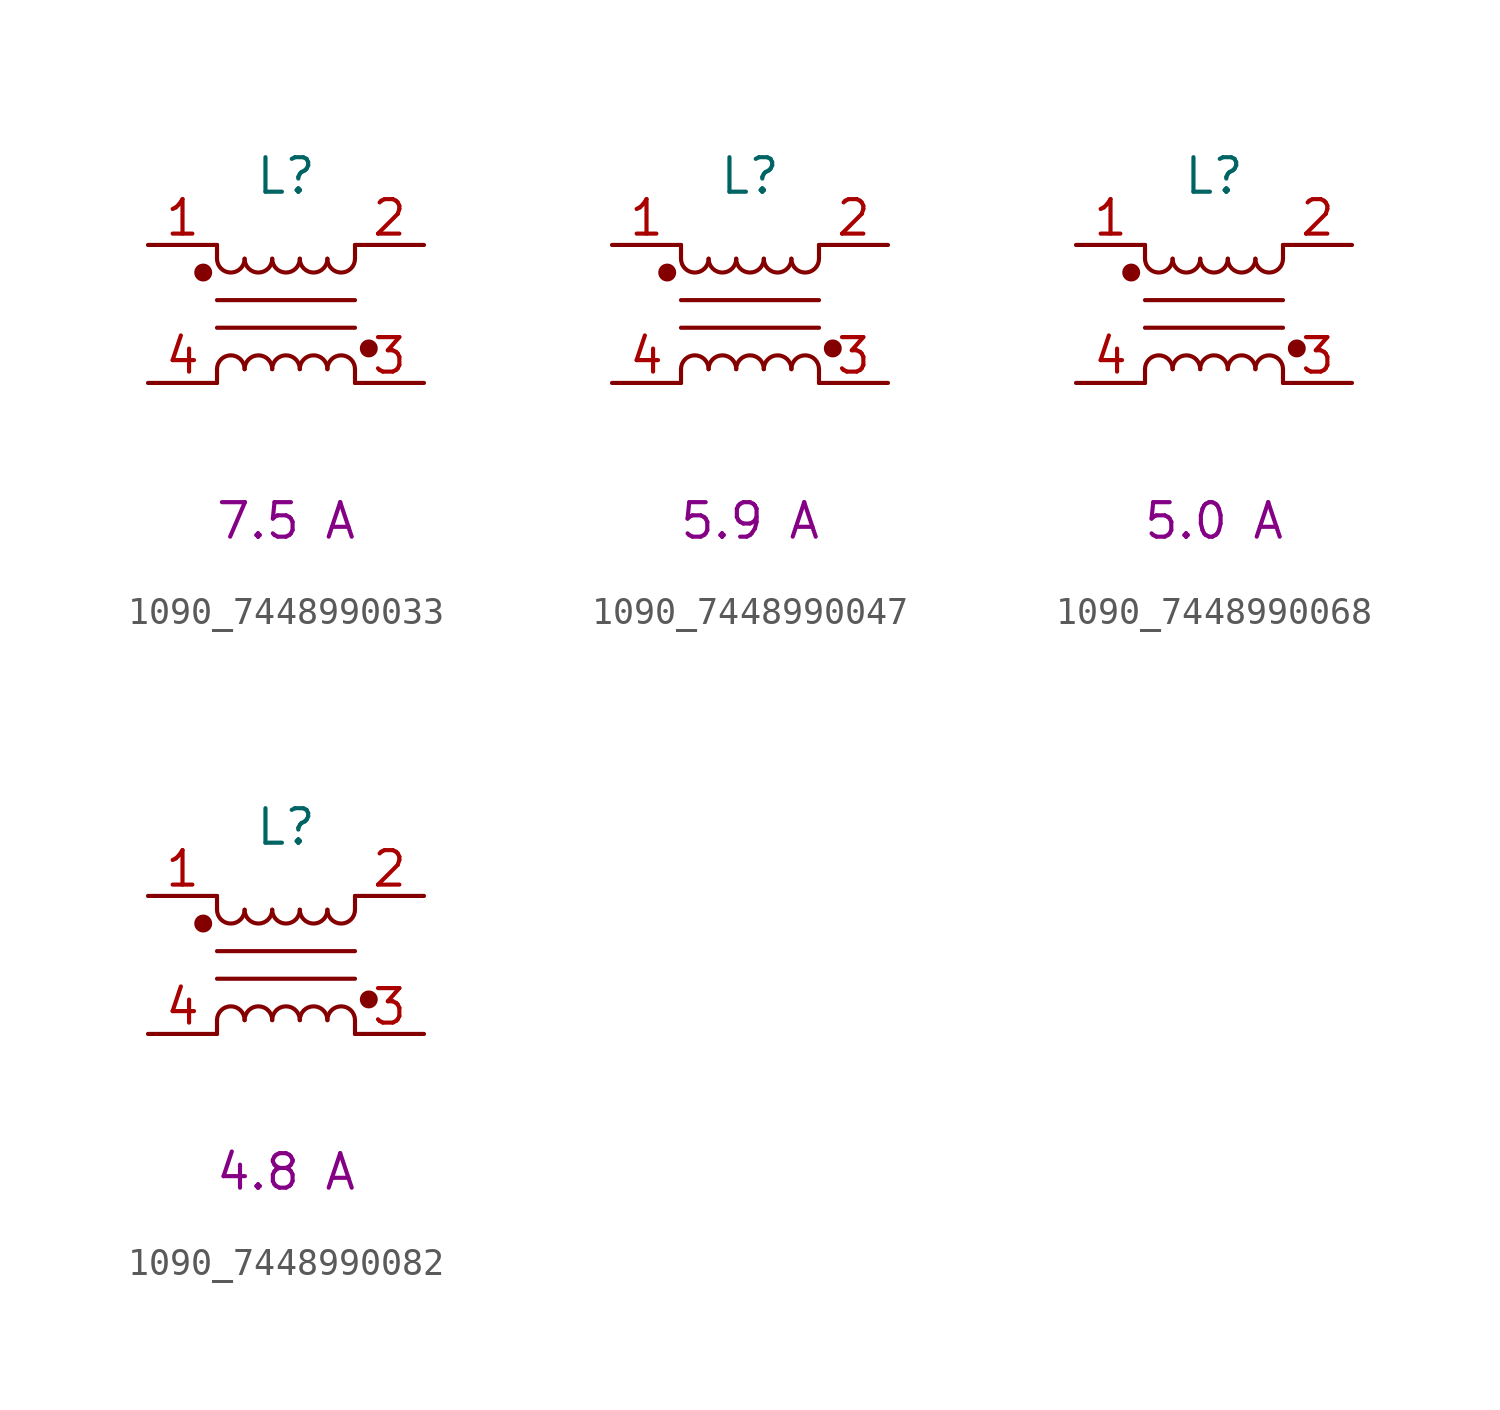
<source format=kicad_sym>
(kicad_symbol_lib
  (version 20220914)
  (generator kicad_symbol_editor)
  (symbol "1090_7448990033"
    (pin_names hide)
    (property "Reference" "L"
      (at 0 5.08 0)
      (effects (font (size 1.27 1.27))))
    (property "Critical Parameter" "7.5 A"
      (at 0 -7.62 0)
      (effects (font (size 1.27 1.27))))
    (symbol "1090_7448990033_0_1"
      (circle (center -3.048 1.524) (radius 0.254) (stroke (width 0) (type default)) (fill (type outline)))
      (arc (start -2.54 2.032) (mid -2.032 1.5262) (end -1.524 2.032) (stroke (width 0) (type default)) (fill (type none)))
      (arc (start -1.524 -2.032) (mid -2.032 -1.5262) (end -2.54 -2.032) (stroke (width 0) (type default)) (fill (type none)))
      (arc (start -1.524 2.032) (mid -1.016 1.5262) (end -0.508 2.032) (stroke (width 0) (type default)) (fill (type none)))
      (arc (start -0.508 -2.032) (mid -1.016 -1.5262) (end -1.524 -2.032) (stroke (width 0) (type default)) (fill (type none)))
      (arc (start -0.508 2.032) (mid 0 1.5262) (end 0.508 2.032) (stroke (width 0) (type default)) (fill (type none)))
      (polyline (pts (xy -2.54 -2.032) (xy -2.54 -2.54)) (stroke (width 0) (type default)) (fill (type none)))
      (polyline (pts (xy -2.54 0.508) (xy 2.54 0.508)) (stroke (width 0) (type default)) (fill (type none)))
      (polyline (pts (xy -2.54 2.032) (xy -2.54 2.54)) (stroke (width 0) (type default)) (fill (type none)))
      (polyline (pts (xy 2.54 -2.032) (xy 2.54 -2.54)) (stroke (width 0) (type default)) (fill (type none)))
      (polyline (pts (xy 2.54 -0.508) (xy -2.54 -0.508)) (stroke (width 0) (type default)) (fill (type none)))
      (polyline (pts (xy 2.54 2.54) (xy 2.54 2.032)) (stroke (width 0) (type default)) (fill (type none)))
      (arc (start 0.508 -2.032) (mid 0 -1.5262) (end -0.508 -2.032) (stroke (width 0) (type default)) (fill (type none)))
      (arc (start 0.508 2.032) (mid 1.016 1.5262) (end 1.524 2.032) (stroke (width 0) (type default)) (fill (type none)))
      (arc (start 1.524 -2.032) (mid 1.016 -1.5262) (end 0.508 -2.032) (stroke (width 0) (type default)) (fill (type none)))
      (arc (start 1.524 2.032) (mid 2.032 1.5262) (end 2.54 2.032) (stroke (width 0) (type default)) (fill (type none)))
      (arc (start 2.54 -2.032) (mid 2.032 -1.5262) (end 1.524 -2.032) (stroke (width 0) (type default)) (fill (type none)))
      (circle (center 3.048 -1.27) (radius 0.254) (stroke (width 0) (type default)) (fill (type outline))))
    (symbol "1090_7448990033_1_1"
      (pin passive line (at -5.08 2.54 0) (length 2.54) (name "1" (effects (font (size 1.27 1.27)))) (number "1" (effects (font (size 1.27 1.27)))))
      (pin passive line (at 5.08 2.54 180) (length 2.54) (name "2" (effects (font (size 1.27 1.27)))) (number "2" (effects (font (size 1.27 1.27)))))
      (pin passive line (at 5.08 -2.54 180) (length 2.54) (name "3" (effects (font (size 1.27 1.27)))) (number "3" (effects (font (size 1.27 1.27)))))
      (pin passive line (at -5.08 -2.54 0) (length 2.54) (name "4" (effects (font (size 1.27 1.27)))) (number "4" (effects (font (size 1.27 1.27)))))))
  (symbol "1090_7448990047"
    (pin_names hide)
    (property "Reference" "L"
      (at 0 5.08 0)
      (effects (font (size 1.27 1.27))))
    (property "Critical Parameter" "5.9 A"
      (at 0 -7.62 0)
      (effects (font (size 1.27 1.27))))
    (symbol "1090_7448990047_0_1"
      (circle (center -3.048 1.524) (radius 0.254) (stroke (width 0) (type default)) (fill (type outline)))
      (arc (start -2.54 2.032) (mid -2.032 1.5262) (end -1.524 2.032) (stroke (width 0) (type default)) (fill (type none)))
      (arc (start -1.524 -2.032) (mid -2.032 -1.5262) (end -2.54 -2.032) (stroke (width 0) (type default)) (fill (type none)))
      (arc (start -1.524 2.032) (mid -1.016 1.5262) (end -0.508 2.032) (stroke (width 0) (type default)) (fill (type none)))
      (arc (start -0.508 -2.032) (mid -1.016 -1.5262) (end -1.524 -2.032) (stroke (width 0) (type default)) (fill (type none)))
      (arc (start -0.508 2.032) (mid 0 1.5262) (end 0.508 2.032) (stroke (width 0) (type default)) (fill (type none)))
      (polyline (pts (xy -2.54 -2.032) (xy -2.54 -2.54)) (stroke (width 0) (type default)) (fill (type none)))
      (polyline (pts (xy -2.54 0.508) (xy 2.54 0.508)) (stroke (width 0) (type default)) (fill (type none)))
      (polyline (pts (xy -2.54 2.032) (xy -2.54 2.54)) (stroke (width 0) (type default)) (fill (type none)))
      (polyline (pts (xy 2.54 -2.032) (xy 2.54 -2.54)) (stroke (width 0) (type default)) (fill (type none)))
      (polyline (pts (xy 2.54 -0.508) (xy -2.54 -0.508)) (stroke (width 0) (type default)) (fill (type none)))
      (polyline (pts (xy 2.54 2.54) (xy 2.54 2.032)) (stroke (width 0) (type default)) (fill (type none)))
      (arc (start 0.508 -2.032) (mid 0 -1.5262) (end -0.508 -2.032) (stroke (width 0) (type default)) (fill (type none)))
      (arc (start 0.508 2.032) (mid 1.016 1.5262) (end 1.524 2.032) (stroke (width 0) (type default)) (fill (type none)))
      (arc (start 1.524 -2.032) (mid 1.016 -1.5262) (end 0.508 -2.032) (stroke (width 0) (type default)) (fill (type none)))
      (arc (start 1.524 2.032) (mid 2.032 1.5262) (end 2.54 2.032) (stroke (width 0) (type default)) (fill (type none)))
      (arc (start 2.54 -2.032) (mid 2.032 -1.5262) (end 1.524 -2.032) (stroke (width 0) (type default)) (fill (type none)))
      (circle (center 3.048 -1.27) (radius 0.254) (stroke (width 0) (type default)) (fill (type outline))))
    (symbol "1090_7448990047_1_1"
      (pin passive line (at -5.08 2.54 0) (length 2.54) (name "1" (effects (font (size 1.27 1.27)))) (number "1" (effects (font (size 1.27 1.27)))))
      (pin passive line (at 5.08 2.54 180) (length 2.54) (name "2" (effects (font (size 1.27 1.27)))) (number "2" (effects (font (size 1.27 1.27)))))
      (pin passive line (at 5.08 -2.54 180) (length 2.54) (name "3" (effects (font (size 1.27 1.27)))) (number "3" (effects (font (size 1.27 1.27)))))
      (pin passive line (at -5.08 -2.54 0) (length 2.54) (name "4" (effects (font (size 1.27 1.27)))) (number "4" (effects (font (size 1.27 1.27)))))))
  (symbol "1090_7448990068"
    (pin_names hide)
    (property "Reference" "L"
      (at 0 5.08 0)
      (effects (font (size 1.27 1.27))))
    (property "Critical Parameter" "5.0 A"
      (at 0 -7.62 0)
      (effects (font (size 1.27 1.27))))
    (symbol "1090_7448990068_0_1"
      (circle (center -3.048 1.524) (radius 0.254) (stroke (width 0) (type default)) (fill (type outline)))
      (arc (start -2.54 2.032) (mid -2.032 1.5262) (end -1.524 2.032) (stroke (width 0) (type default)) (fill (type none)))
      (arc (start -1.524 -2.032) (mid -2.032 -1.5262) (end -2.54 -2.032) (stroke (width 0) (type default)) (fill (type none)))
      (arc (start -1.524 2.032) (mid -1.016 1.5262) (end -0.508 2.032) (stroke (width 0) (type default)) (fill (type none)))
      (arc (start -0.508 -2.032) (mid -1.016 -1.5262) (end -1.524 -2.032) (stroke (width 0) (type default)) (fill (type none)))
      (arc (start -0.508 2.032) (mid 0 1.5262) (end 0.508 2.032) (stroke (width 0) (type default)) (fill (type none)))
      (polyline (pts (xy -2.54 -2.032) (xy -2.54 -2.54)) (stroke (width 0) (type default)) (fill (type none)))
      (polyline (pts (xy -2.54 0.508) (xy 2.54 0.508)) (stroke (width 0) (type default)) (fill (type none)))
      (polyline (pts (xy -2.54 2.032) (xy -2.54 2.54)) (stroke (width 0) (type default)) (fill (type none)))
      (polyline (pts (xy 2.54 -2.032) (xy 2.54 -2.54)) (stroke (width 0) (type default)) (fill (type none)))
      (polyline (pts (xy 2.54 -0.508) (xy -2.54 -0.508)) (stroke (width 0) (type default)) (fill (type none)))
      (polyline (pts (xy 2.54 2.54) (xy 2.54 2.032)) (stroke (width 0) (type default)) (fill (type none)))
      (arc (start 0.508 -2.032) (mid 0 -1.5262) (end -0.508 -2.032) (stroke (width 0) (type default)) (fill (type none)))
      (arc (start 0.508 2.032) (mid 1.016 1.5262) (end 1.524 2.032) (stroke (width 0) (type default)) (fill (type none)))
      (arc (start 1.524 -2.032) (mid 1.016 -1.5262) (end 0.508 -2.032) (stroke (width 0) (type default)) (fill (type none)))
      (arc (start 1.524 2.032) (mid 2.032 1.5262) (end 2.54 2.032) (stroke (width 0) (type default)) (fill (type none)))
      (arc (start 2.54 -2.032) (mid 2.032 -1.5262) (end 1.524 -2.032) (stroke (width 0) (type default)) (fill (type none)))
      (circle (center 3.048 -1.27) (radius 0.254) (stroke (width 0) (type default)) (fill (type outline))))
    (symbol "1090_7448990068_1_1"
      (pin passive line (at -5.08 2.54 0) (length 2.54) (name "1" (effects (font (size 1.27 1.27)))) (number "1" (effects (font (size 1.27 1.27)))))
      (pin passive line (at 5.08 2.54 180) (length 2.54) (name "2" (effects (font (size 1.27 1.27)))) (number "2" (effects (font (size 1.27 1.27)))))
      (pin passive line (at 5.08 -2.54 180) (length 2.54) (name "3" (effects (font (size 1.27 1.27)))) (number "3" (effects (font (size 1.27 1.27)))))
      (pin passive line (at -5.08 -2.54 0) (length 2.54) (name "4" (effects (font (size 1.27 1.27)))) (number "4" (effects (font (size 1.27 1.27)))))))
  (symbol "1090_7448990082"
    (pin_names hide)
    (property "Reference" "L"
      (at 0 5.08 0)
      (effects (font (size 1.27 1.27))))
    (property "Critical Parameter" "4.8 A"
      (at 0 -7.62 0)
      (effects (font (size 1.27 1.27))))
    (symbol "1090_7448990082_0_1"
      (circle (center -3.048 1.524) (radius 0.254) (stroke (width 0) (type default)) (fill (type outline)))
      (arc (start -2.54 2.032) (mid -2.032 1.5262) (end -1.524 2.032) (stroke (width 0) (type default)) (fill (type none)))
      (arc (start -1.524 -2.032) (mid -2.032 -1.5262) (end -2.54 -2.032) (stroke (width 0) (type default)) (fill (type none)))
      (arc (start -1.524 2.032) (mid -1.016 1.5262) (end -0.508 2.032) (stroke (width 0) (type default)) (fill (type none)))
      (arc (start -0.508 -2.032) (mid -1.016 -1.5262) (end -1.524 -2.032) (stroke (width 0) (type default)) (fill (type none)))
      (arc (start -0.508 2.032) (mid 0 1.5262) (end 0.508 2.032) (stroke (width 0) (type default)) (fill (type none)))
      (polyline (pts (xy -2.54 -2.032) (xy -2.54 -2.54)) (stroke (width 0) (type default)) (fill (type none)))
      (polyline (pts (xy -2.54 0.508) (xy 2.54 0.508)) (stroke (width 0) (type default)) (fill (type none)))
      (polyline (pts (xy -2.54 2.032) (xy -2.54 2.54)) (stroke (width 0) (type default)) (fill (type none)))
      (polyline (pts (xy 2.54 -2.032) (xy 2.54 -2.54)) (stroke (width 0) (type default)) (fill (type none)))
      (polyline (pts (xy 2.54 -0.508) (xy -2.54 -0.508)) (stroke (width 0) (type default)) (fill (type none)))
      (polyline (pts (xy 2.54 2.54) (xy 2.54 2.032)) (stroke (width 0) (type default)) (fill (type none)))
      (arc (start 0.508 -2.032) (mid 0 -1.5262) (end -0.508 -2.032) (stroke (width 0) (type default)) (fill (type none)))
      (arc (start 0.508 2.032) (mid 1.016 1.5262) (end 1.524 2.032) (stroke (width 0) (type default)) (fill (type none)))
      (arc (start 1.524 -2.032) (mid 1.016 -1.5262) (end 0.508 -2.032) (stroke (width 0) (type default)) (fill (type none)))
      (arc (start 1.524 2.032) (mid 2.032 1.5262) (end 2.54 2.032) (stroke (width 0) (type default)) (fill (type none)))
      (arc (start 2.54 -2.032) (mid 2.032 -1.5262) (end 1.524 -2.032) (stroke (width 0) (type default)) (fill (type none)))
      (circle (center 3.048 -1.27) (radius 0.254) (stroke (width 0) (type default)) (fill (type outline))))
    (symbol "1090_7448990082_1_1"
      (pin passive line (at -5.08 2.54 0) (length 2.54) (name "1" (effects (font (size 1.27 1.27)))) (number "1" (effects (font (size 1.27 1.27)))))
      (pin passive line (at 5.08 2.54 180) (length 2.54) (name "2" (effects (font (size 1.27 1.27)))) (number "2" (effects (font (size 1.27 1.27)))))
      (pin passive line (at 5.08 -2.54 180) (length 2.54) (name "3" (effects (font (size 1.27 1.27)))) (number "3" (effects (font (size 1.27 1.27)))))
      (pin passive line (at -5.08 -2.54 0) (length 2.54) (name "4" (effects (font (size 1.27 1.27)))) (number "4" (effects (font (size 1.27 1.27))))))))
</source>
